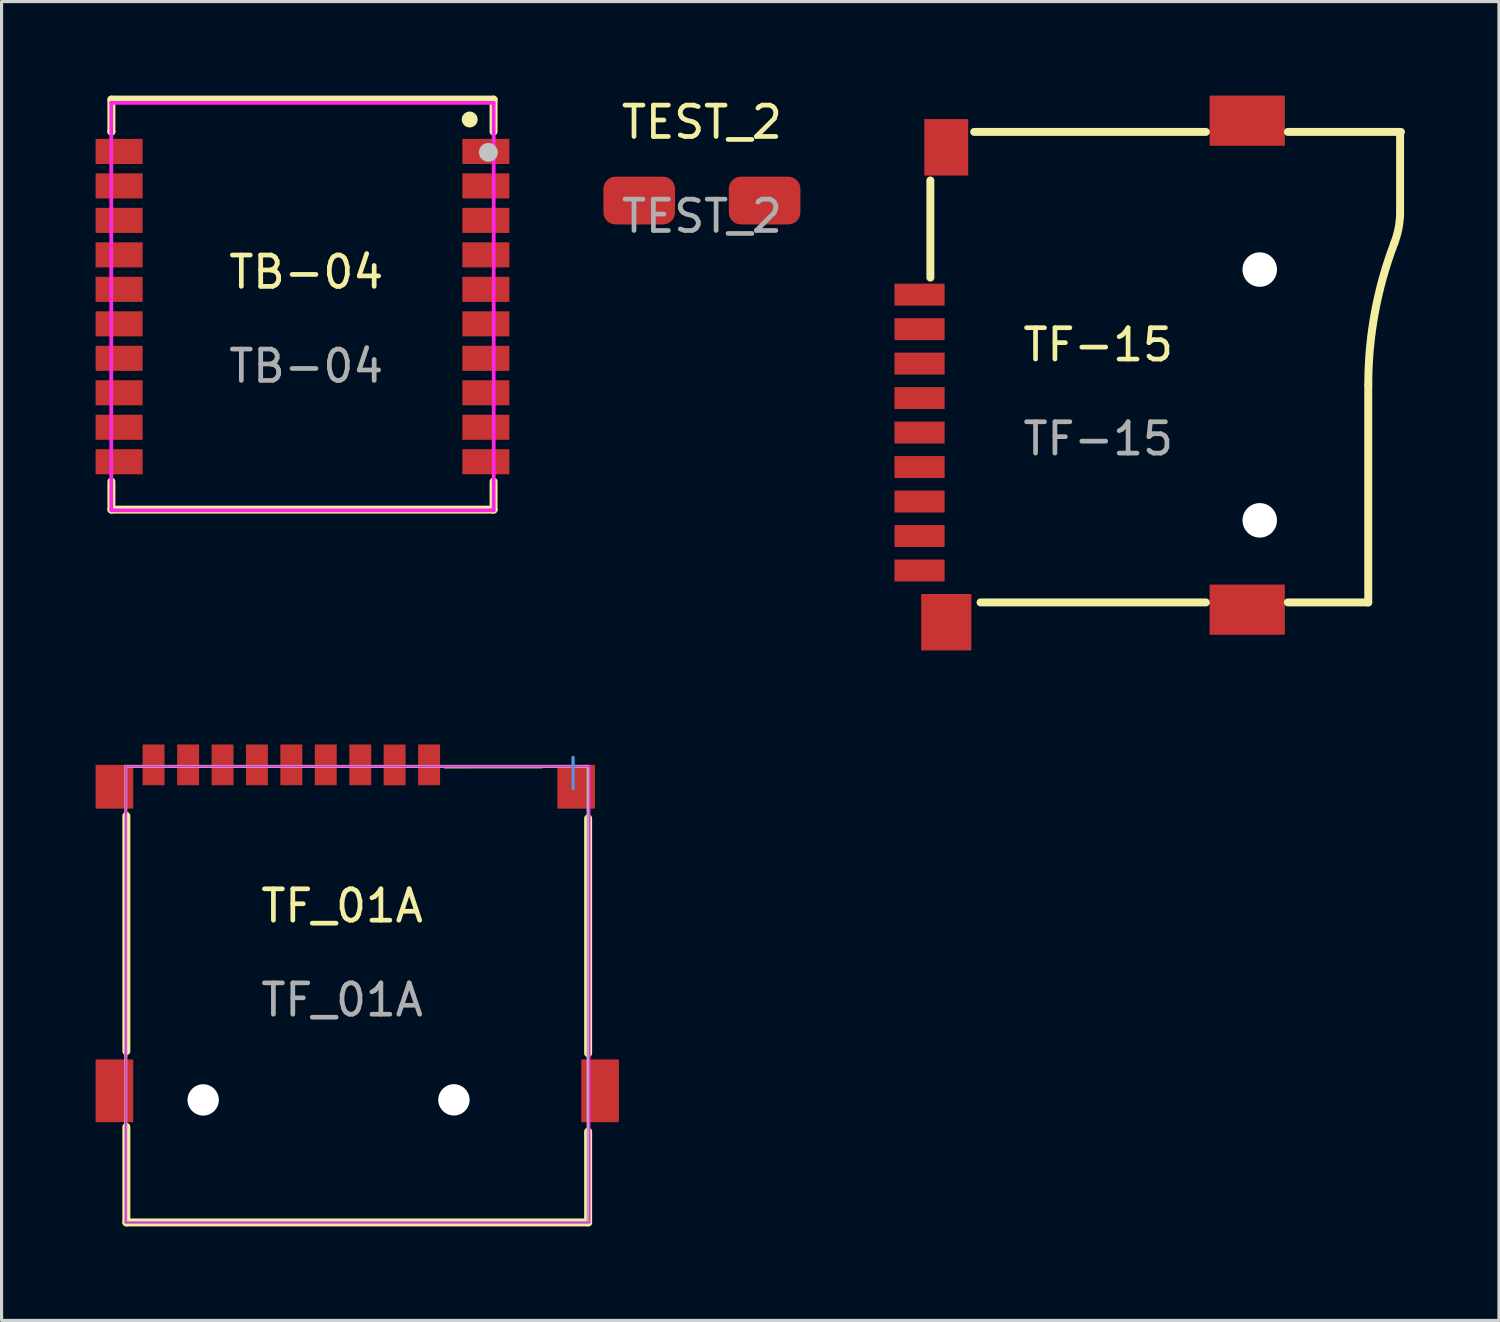
<source format=kicad_pcb>
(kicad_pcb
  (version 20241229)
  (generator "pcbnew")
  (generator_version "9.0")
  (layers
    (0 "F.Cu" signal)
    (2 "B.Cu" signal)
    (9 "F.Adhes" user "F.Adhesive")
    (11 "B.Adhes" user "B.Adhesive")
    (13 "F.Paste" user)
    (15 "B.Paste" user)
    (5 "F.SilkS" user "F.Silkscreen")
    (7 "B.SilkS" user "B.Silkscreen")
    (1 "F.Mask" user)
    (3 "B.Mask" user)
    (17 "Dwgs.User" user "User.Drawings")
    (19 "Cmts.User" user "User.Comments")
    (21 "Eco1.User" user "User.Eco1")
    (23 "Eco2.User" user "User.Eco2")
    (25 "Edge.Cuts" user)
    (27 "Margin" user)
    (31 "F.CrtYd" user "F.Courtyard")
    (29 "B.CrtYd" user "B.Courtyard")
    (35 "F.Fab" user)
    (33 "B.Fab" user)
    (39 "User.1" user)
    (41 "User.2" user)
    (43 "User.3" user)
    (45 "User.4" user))
  (footprint "TF-15"
    (layer "F.Cu")
    (at 31.986 8.45)
    (property "Reference" "TF-15" (at 0 -0.5 0) (unlocked yes) (layer "F.SilkS") (effects (font (size 1 1) (thickness 0.15))))
    (attr smd)
    (fp_line (start -5.355 -5.743) (end -5.355 -2.644) (stroke (width 0.254) (type solid)) (layer "F.SilkS"))
    (fp_line (start -3.754 7.719) (end 3.434 7.719) (stroke (width 0.254) (type solid)) (layer "F.SilkS"))
    (fp_line (start 3.434 -7.292) (end -3.958 -7.292) (stroke (width 0.254) (type solid)) (layer "F.SilkS"))
    (fp_line (start 8.615 0.785) (end 8.615 7.719) (stroke (width 0.254) (type solid)) (layer "F.SilkS"))
    (fp_line (start 8.615 7.719) (end 6.05 7.719) (stroke (width 0.254) (type solid)) (layer "F.SilkS"))
    (fp_line (start 9.631 -7.267) (end 9.631 -4.752) (stroke (width 0.254) (type solid)) (layer "F.SilkS"))
    (fp_line (start 9.657 -7.292) (end 6.05 -7.292) (stroke (width 0.254) (type solid)) (layer "F.SilkS"))
    (fp_arc (start 8.615338 0.773038) (mid 8.825074 -1.525466) (end 9.44734 -3.748053) (stroke (width 0.254) (type solid)) (layer "F.SilkS"))
    (fp_arc (start 9.631334 -4.747951) (mid 9.58496 -4.239607) (end 9.447341 -3.748053) (stroke (width 0.254) (type solid)) (layer "F.SilkS"))
    (fp_text user "${REFERENCE}" (at 0 2.5 0) (unlocked yes) (layer "F.Fab") (effects (font (size 1 1) (thickness 0.15))))
    (pad "" np_thru_hole circle (at 5.153 -2.9) (size 1.1 1.1) (drill 1.1) (layers "*.Cu" "*.Mask"))
    (pad "" np_thru_hole circle (at 5.153 5.1) (size 1.1 1.1) (drill 1.1) (layers "*.Cu" "*.Mask"))
    (pad "1" smd rect (at -5.7 -2.1) (size 1.6 0.701) (layers "F.Cu" "F.Mask" "F.Paste"))
    (pad "2" smd rect (at -5.7 -1) (size 1.6 0.701) (layers "F.Cu" "F.Mask" "F.Paste"))
    (pad "3" smd rect (at -5.7 0.1) (size 1.6 0.701) (layers "F.Cu" "F.Mask" "F.Paste"))
    (pad "4" smd rect (at -5.7 1.2) (size 1.6 0.701) (layers "F.Cu" "F.Mask" "F.Paste"))
    (pad "5" smd rect (at -5.7 2.3) (size 1.6 0.701) (layers "F.Cu" "F.Mask" "F.Paste"))
    (pad "6" smd rect (at -5.7 3.4) (size 1.6 0.701) (layers "F.Cu" "F.Mask" "F.Paste"))
    (pad "7" smd rect (at -5.7 4.5) (size 1.6 0.701) (layers "F.Cu" "F.Mask" "F.Paste"))
    (pad "8" smd rect (at -5.7 5.6) (size 1.6 0.701) (layers "F.Cu" "F.Mask" "F.Paste"))
    (pad "9" smd rect (at -5.7 6.7) (size 1.6 0.701) (layers "F.Cu" "F.Mask" "F.Paste"))
    (pad "10" smd rect (at -4.847 8.35) (size 1.6 1.8) (layers "F.Cu" "F.Mask" "F.Paste"))
    (pad "11" smd rect (at -4.847 -6.8) (size 1.4 1.801) (layers "F.Cu" "F.Mask" "F.Paste"))
    (pad "11" smd rect (at 4.753 -7.65) (size 2.4 1.6) (layers "F.Cu" "F.Mask" "F.Paste"))
    (pad "11" smd rect (at 4.753 7.95) (size 2.4 1.6) (layers "F.Cu" "F.Mask" "F.Paste")))
  (footprint "TB-04"
    (layer "F.Cu")
    (at 6.72 6.131)
    (property "Reference" "TB-04" (at 0 -0.5 0) (unlocked yes) (layer "F.SilkS") (effects (font (size 1 1) (thickness 0.15))))
    (attr smd)
    (fp_line (start -6.216 -6.004) (end 5.976 -6.004) (stroke (width 0.254) (type solid)) (layer "F.SilkS"))
    (fp_line (start -6.216 -4.981) (end -6.216 -6.004) (stroke (width 0.254) (type solid)) (layer "F.SilkS"))
    (fp_line (start -6.216 -4.981) (end -6.216 -4.988) (stroke (width 0.254) (type solid)) (layer "F.SilkS"))
    (fp_line (start -6.216 7.077) (end -6.216 6.181) (stroke (width 0.254) (type solid)) (layer "F.SilkS"))
    (fp_line (start 5.976 -6.004) (end 5.976 -4.981) (stroke (width 0.254) (type solid)) (layer "F.SilkS"))
    (fp_line (start 5.976 6.181) (end 5.976 7.077) (stroke (width 0.254) (type solid)) (layer "F.SilkS"))
    (fp_line (start 5.976 7.077) (end -6.216 7.077) (stroke (width 0.254) (type solid)) (layer "F.SilkS"))
    (fp_circle (center 5.214 -5.369) (end 5.341 -5.369) (stroke (width 0.254) (type solid)) (fill no) (layer "F.SilkS"))
    (fp_circle (center 5.81 -4.32) (end 5.96 -4.32) (stroke (width 0.3) (type solid)) (fill no) (layer "Dwgs.User"))
    (fp_circle (center 5.98 -5.9) (end 6.01 -5.9) (stroke (width 0.06) (type solid)) (fill no) (layer "Eco2.User"))
    (fp_line (start -6.22 -5.9) (end 5.98 -5.9) (stroke (width 0.12) (type solid)) (layer "F.CrtYd"))
    (fp_line (start -6.22 7.1) (end -6.22 -5.9) (stroke (width 0.12) (type solid)) (layer "F.CrtYd"))
    (fp_line (start 5.98 -5.9) (end 5.98 7.1) (stroke (width 0.12) (type solid)) (layer "F.CrtYd"))
    (fp_line (start 5.98 7.1) (end -6.22 7.1) (stroke (width 0.12) (type solid)) (layer "F.CrtYd"))
    (fp_text user "${REFERENCE}" (at 0 2.5 0) (unlocked yes) (layer "F.Fab") (effects (font (size 1 1) (thickness 0.15))))
    (pad "1" smd rect (at 5.73 -4.35) (size 1.5 0.8) (layers "F.Cu" "F.Mask" "F.Paste"))
    (pad "2" smd rect (at 5.73 -3.25) (size 1.5 0.8) (layers "F.Cu" "F.Mask" "F.Paste"))
    (pad "3" smd rect (at 5.73 -2.15) (size 1.5 0.8) (layers "F.Cu" "F.Mask" "F.Paste"))
    (pad "4" smd rect (at 5.73 -1.05) (size 1.5 0.8) (layers "F.Cu" "F.Mask" "F.Paste"))
    (pad "5" smd rect (at 5.73 0.05) (size 1.5 0.8) (layers "F.Cu" "F.Mask" "F.Paste"))
    (pad "6" smd rect (at 5.73 1.15) (size 1.5 0.8) (layers "F.Cu" "F.Mask" "F.Paste"))
    (pad "7" smd rect (at 5.73 2.25) (size 1.5 0.8) (layers "F.Cu" "F.Mask" "F.Paste"))
    (pad "8" smd rect (at 5.73 3.35) (size 1.5 0.8) (layers "F.Cu" "F.Mask" "F.Paste"))
    (pad "9" smd rect (at 5.73 4.45) (size 1.5 0.8) (layers "F.Cu" "F.Mask" "F.Paste"))
    (pad "10" smd rect (at 5.73 5.55) (size 1.5 0.8) (layers "F.Cu" "F.Mask" "F.Paste"))
    (pad "11" smd rect (at -5.97 5.55) (size 1.5 0.8) (layers "F.Cu" "F.Mask" "F.Paste"))
    (pad "12" smd rect (at -5.97 4.45) (size 1.5 0.8) (layers "F.Cu" "F.Mask" "F.Paste"))
    (pad "13" smd rect (at -5.97 3.35) (size 1.5 0.8) (layers "F.Cu" "F.Mask" "F.Paste"))
    (pad "14" smd rect (at -5.97 2.25) (size 1.5 0.8) (layers "F.Cu" "F.Mask" "F.Paste"))
    (pad "15" smd rect (at -5.97 1.15) (size 1.5 0.8) (layers "F.Cu" "F.Mask" "F.Paste"))
    (pad "16" smd rect (at -5.97 0.05) (size 1.5 0.8) (layers "F.Cu" "F.Mask" "F.Paste"))
    (pad "17" smd rect (at -5.97 -1.05) (size 1.5 0.8) (layers "F.Cu" "F.Mask" "F.Paste"))
    (pad "18" smd rect (at -5.97 -2.15) (size 1.5 0.8) (layers "F.Cu" "F.Mask" "F.Paste"))
    (pad "19" smd rect (at -5.97 -3.25) (size 1.5 0.8) (layers "F.Cu" "F.Mask" "F.Paste"))
    (pad "20" smd rect (at -5.97 -4.35) (size 1.5 0.8) (layers "F.Cu" "F.Mask" "F.Paste")))
  (footprint "TEST_2"
    (layer "F.Cu")
    (at 19.343 1.348)
    (property "Reference" "TEST_2" (at 0 -0.5 0) (unlocked yes) (layer "F.SilkS") (effects (font (size 1 1) (thickness 0.15))))
    (attr smd)
    (fp_text user "${REFERENCE}" (at 0 2.5 0) (unlocked yes) (layer "F.Fab") (effects (font (size 1 1) (thickness 0.15))))
    (pad "1" smd roundrect (at -2 2) (size 2.286 1.524) (layers "F.Cu" "F.Mask" "F.Paste") (roundrect_rratio 0.25))
    (pad "2" smd roundrect (at 2 2) (size 2.286 1.524) (layers "F.Cu" "F.Mask" "F.Paste") (roundrect_rratio 0.25)))
  (footprint "TF_01A"
    (layer "F.Cu")
    (at 7.863 26.351)
    (property "Reference" "TF_01A" (at 0 -0.5 0) (unlocked yes) (layer "F.SilkS") (effects (font (size 1 1) (thickness 0.15))))
    (fp_line (start -6.882 -3.373) (end -6.882 4.136) (stroke (width 0.254) (type solid)) (layer "F.SilkS"))
    (fp_line (start -6.882 6.549) (end -6.882 9.597) (stroke (width 0.254) (type solid)) (layer "F.SilkS"))
    (fp_line (start -6.882 9.597) (end 7.85 9.597) (stroke (width 0.254) (type solid)) (layer "F.SilkS"))
    (fp_line (start 3.27 -4.939) (end 6.369 -4.94) (stroke (width 0.102) (type solid)) (layer "F.SilkS"))
    (fp_line (start 7.85 4.2) (end 7.85 -3.293) (stroke (width 0.254) (type solid)) (layer "F.SilkS"))
    (fp_line (start 7.85 9.597) (end 7.85 6.699) (stroke (width 0.254) (type solid)) (layer "F.SilkS"))
    (fp_line (start 7.37 -4.239) (end 7.37 -5.239) (stroke (width 0.102) (type solid)) (layer "Cmts.User"))
    (fp_line (start -6.9 -3.35) (end -6.9 -4.95) (stroke (width 0.05) (type solid)) (layer "F.CrtYd"))
    (fp_line (start -6.9 9.6) (end -6.9 -3.5) (stroke (width 0.05) (type solid)) (layer "F.CrtYd"))
    (fp_line (start 3.25 -4.95) (end -6.9 -4.95) (stroke (width 0.05) (type solid)) (layer "F.CrtYd"))
    (fp_line (start 3.25 -4.95) (end 7.9 -4.95) (stroke (width 0.05) (type solid)) (layer "F.CrtYd"))
    (fp_line (start 7.9 -4.95) (end 7.9 9.6) (stroke (width 0.05) (type solid)) (layer "F.CrtYd"))
    (fp_line (start 7.9 9.6) (end -6.9 9.6) (stroke (width 0.05) (type solid)) (layer "F.CrtYd"))
    (fp_line (start -6.9 -4.95) (end -6.9 4.3) (stroke (width 0.1) (type solid)) (layer "F.Fab"))
    (fp_line (start -6.9 4.3) (end -6.9 9.6) (stroke (width 0.1) (type solid)) (layer "F.Fab"))
    (fp_line (start -6.9 9.6) (end 7.85 9.6) (stroke (width 0.1) (type solid)) (layer "F.Fab"))
    (fp_line (start 7.85 -4.95) (end -6.9 -4.95) (stroke (width 0.1) (type solid)) (layer "F.Fab"))
    (fp_line (start 7.85 9.6) (end 7.85 -4.95) (stroke (width 0.1) (type solid)) (layer "F.Fab"))
    (fp_text user "${REFERENCE}" (at 0 2.5 0) (unlocked yes) (layer "F.Fab") (effects (font (size 1 1) (thickness 0.15))))
    (pad "" np_thru_hole circle (at -4.431 5.689) (size 1 1) (drill 1) (layers "*.Cu" "*.Mask"))
    (pad "" np_thru_hole circle (at 3.568 5.687) (size 1 1) (drill 1) (layers "*.Cu" "*.Mask"))
    (pad "1" smd rect (at 2.776 -5.001) (size 0.7 1.3) (layers "F.Cu" "F.Mask" "F.Paste"))
    (pad "2" smd rect (at 1.676 -4.999) (size 0.7 1.3) (layers "F.Cu" "F.Mask" "F.Paste"))
    (pad "3" smd rect (at 0.58 -5.001) (size 0.7 1.3) (layers "F.Cu" "F.Mask" "F.Paste"))
    (pad "4" smd rect (at -0.52 -5.001) (size 0.7 1.3) (layers "F.Cu" "F.Mask" "F.Paste"))
    (pad "5" smd rect (at -1.619 -5.001) (size 0.7 1.3) (layers "F.Cu" "F.Mask" "F.Paste"))
    (pad "6" smd rect (at -2.717 -5.001) (size 0.7 1.3) (layers "F.Cu" "F.Mask" "F.Paste"))
    (pad "7" smd rect (at -3.813 -5.001) (size 0.7 1.3) (layers "F.Cu" "F.Mask" "F.Paste"))
    (pad "8" smd rect (at -4.911 -5.001) (size 0.7 1.3) (layers "F.Cu" "F.Mask" "F.Paste"))
    (pad "9" smd rect (at -6.015 -5.001) (size 0.7 1.3) (layers "F.Cu" "F.Mask" "F.Paste"))
    (pad "10" smd rect (at -7.263 -4.302) (size 1.2 1.397) (layers "F.Cu" "F.Mask" "F.Paste"))
    (pad "11" smd rect (at -7.263 5.399) (size 1.2 2) (layers "F.Cu" "F.Mask" "F.Paste"))
    (pad "12" smd rect (at 8.231 5.399) (size 1.2 2) (layers "F.Cu" "F.Mask" "F.Paste"))
    (pad "13" smd rect (at 7.469 -4.302) (size 1.2 1.397) (layers "F.Cu" "F.Mask" "F.Paste")))
  (gr_rect
    (start -3 -3)
    (end 44.77 39.075)
    (stroke (width 0.1) (type default))
    (fill no)
    (layer "Edge.Cuts")))
</source>
